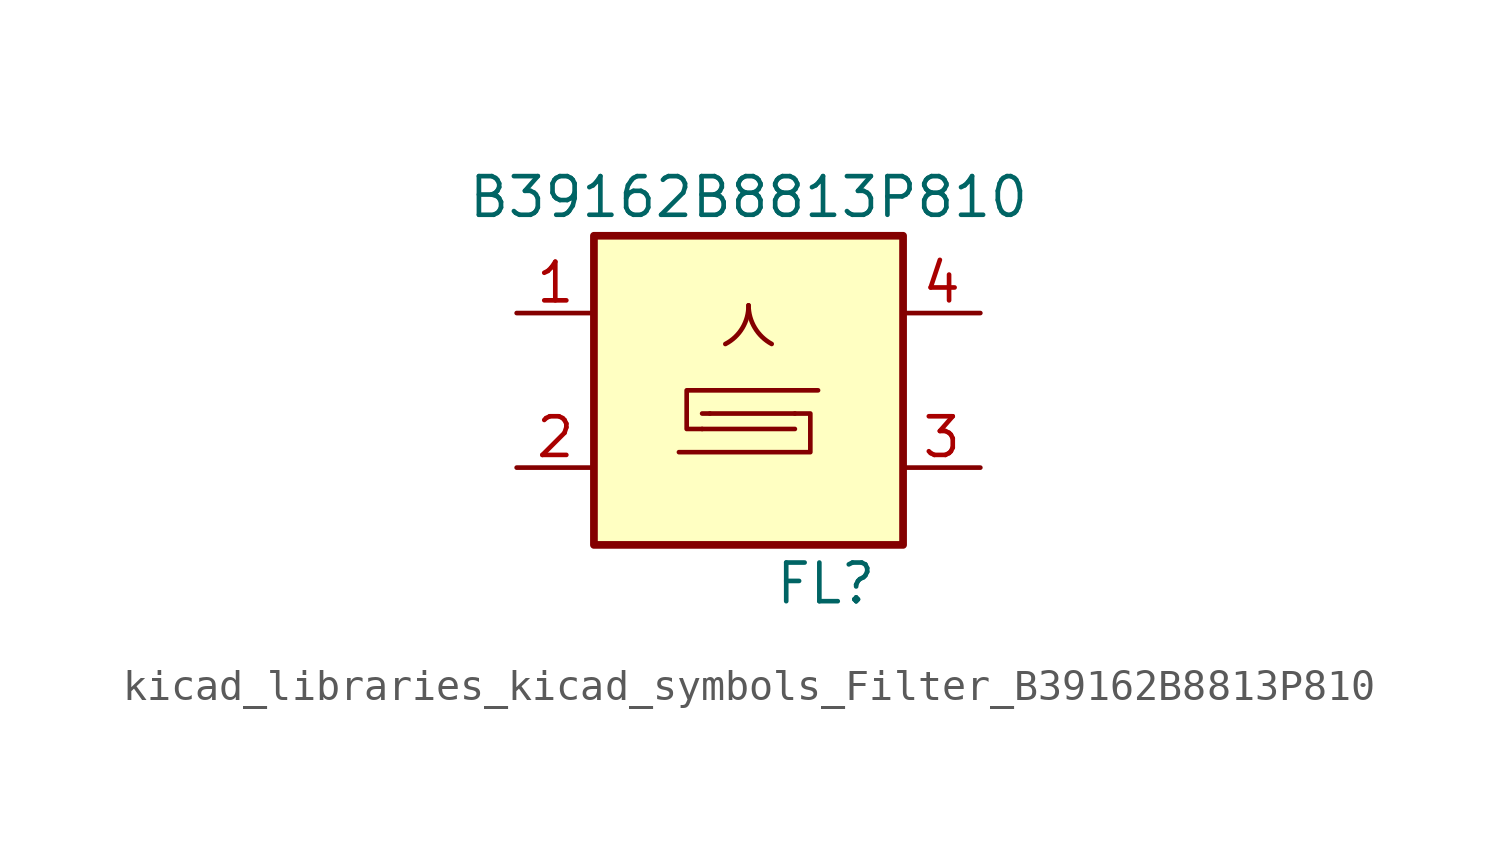
<source format=kicad_sym>
(kicad_symbol_lib
  (version 20220914)
  (generator kicad_symbol_editor)
  (symbol "kicad_libraries_kicad_symbols_Filter_B39162B8813P810"
    (pin_names
      (offset 1.016))
    (property "Reference" "FL"
      (at 2.54 -6.35 0)
      (effects (font (size 1.27 1.27))))
    (property "Value" "B39162B8813P810"
      (at 0 6.35 0)
      (effects (font (size 1.27 1.27))))
    (symbol "kicad_libraries_kicad_symbols_Filter_B39162B8813P810_0_1"
      (rectangle (start -5.08 5.08) (end 5.08 -5.08) (stroke (width 0.254) (type default)) (fill (type background)))
      (arc (start -0.762 1.524) (mid -0.1988 2.0511) (end 0 2.794) (stroke (width 0) (type default)) (fill (type none)))
      (polyline (pts (xy -1.524 -0.762) (xy -1.27 -0.762)) (stroke (width 0) (type default)) (fill (type none)))
      (polyline (pts (xy 1.524 -1.27) (xy -1.524 -1.27)) (stroke (width 0) (type default)) (fill (type none)))
      (polyline (pts (xy 1.524 -0.762) (xy -1.27 -0.762)) (stroke (width 0) (type default)) (fill (type none)))
      (polyline (pts (xy -1.524 -1.27) (xy -2.032 -1.27) (xy -2.032 0) (xy 2.286 0)) (stroke (width 0) (type default)) (fill (type none)))
      (polyline (pts (xy 1.524 -0.762) (xy 2.032 -0.762) (xy 2.032 -2.032) (xy -2.286 -2.032)) (stroke (width 0) (type default)) (fill (type none)))
      (arc (start 0 2.794) (mid 0.2065 2.0558) (end 0.762 1.524) (stroke (width 0) (type default)) (fill (type none))))
    (symbol "kicad_libraries_kicad_symbols_Filter_B39162B8813P810_1_1"
      (pin passive line (at -7.62 2.54 0) (length 2.54) (name "~" (effects (font (size 1.27 1.27)))) (number "1" (effects (font (size 1.27 1.27)))))
      (pin passive line (at -7.62 -2.54 0) (length 2.54) (name "~" (effects (font (size 1.27 1.27)))) (number "2" (effects (font (size 1.27 1.27)))))
      (pin passive line (at 7.62 -2.54 180) (length 2.54) (name "~" (effects (font (size 1.27 1.27)))) (number "3" (effects (font (size 1.27 1.27)))))
      (pin passive line (at 7.62 2.54 180) (length 2.54) (name "~" (effects (font (size 1.27 1.27)))) (number "4" (effects (font (size 1.27 1.27)))))
      (pin passive line (at -7.62 -2.54 0) (length 2.54) hide (name "~" (effects (font (size 1.27 1.27)))) (number "5" (effects (font (size 1.27 1.27))))))))
</source>
